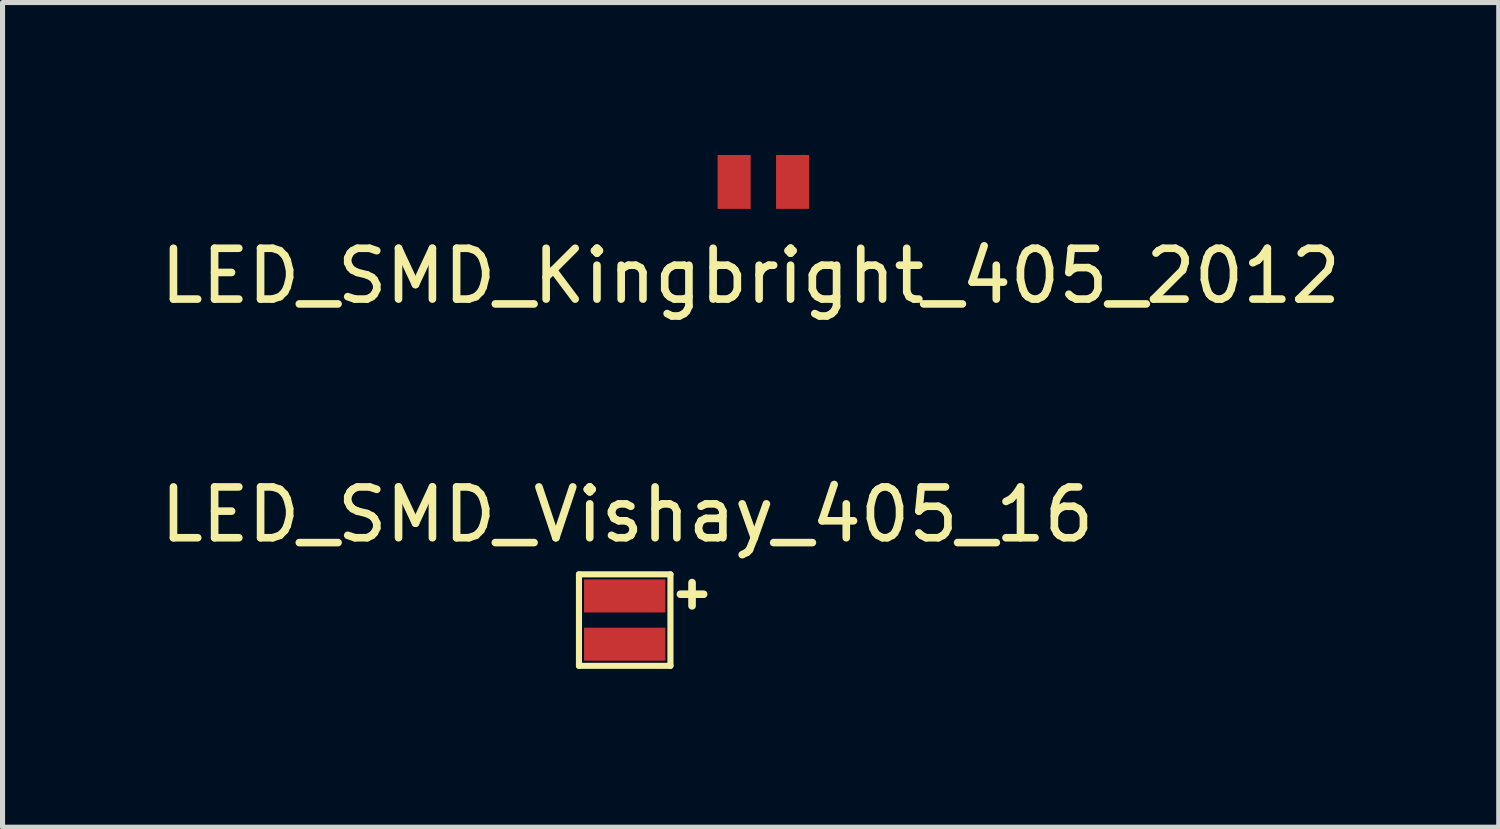
<source format=kicad_pcb>
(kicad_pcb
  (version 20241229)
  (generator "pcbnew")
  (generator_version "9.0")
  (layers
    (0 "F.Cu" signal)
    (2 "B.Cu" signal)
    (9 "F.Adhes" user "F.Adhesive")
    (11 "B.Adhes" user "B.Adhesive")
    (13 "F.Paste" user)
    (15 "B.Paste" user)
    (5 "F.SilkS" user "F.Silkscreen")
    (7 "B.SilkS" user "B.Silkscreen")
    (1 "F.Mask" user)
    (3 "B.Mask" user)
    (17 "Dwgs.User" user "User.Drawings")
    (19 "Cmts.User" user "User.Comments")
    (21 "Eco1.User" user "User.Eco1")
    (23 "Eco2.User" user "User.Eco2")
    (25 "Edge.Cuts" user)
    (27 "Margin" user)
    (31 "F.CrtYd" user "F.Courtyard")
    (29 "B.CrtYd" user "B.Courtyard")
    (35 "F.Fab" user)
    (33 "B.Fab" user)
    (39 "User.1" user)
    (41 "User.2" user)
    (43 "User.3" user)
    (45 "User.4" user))
  (footprint "LED_SMD_Kingbright_405_2012"
    (layer "F.Cu")
    (at 11.72 1.88)
    (property "Reference" "LED_SMD_Kingbright_405_2012" (at 0 0.5 0) (layer "F.SilkS") (effects (font (size 1 1) (thickness 0.15))))
    (attr through_hole)
    (pad "1" smd rect (at -0.325 -1.35) (size 0.65 1.06) (layers "F.Cu" "F.Mask" "F.Paste"))
    (pad "2" smd rect (at 0.825 -1.35) (size 0.65 1.06) (layers "F.Cu" "F.Mask" "F.Paste")))
  (footprint "LED_SMD_Vishay_405_16"
    (layer "F.Cu")
    (at 9.242 9.976)
    (property "Reference" "LED_SMD_Vishay_405_16" (at 0.05 -2.9 0) (layer "F.SilkS") (effects (font (size 1 1) (thickness 0.15))))
    (attr through_hole)
    (fp_line (start -0.9 -1.725) (end -0.9 0.075) (stroke (width 0.12) (type solid)) (layer "F.SilkS"))
    (fp_line (start -0.9 0.075) (end 0.9 0.075) (stroke (width 0.12) (type solid)) (layer "F.SilkS"))
    (fp_line (start 0.9 -1.725) (end -0.9 -1.725) (stroke (width 0.12) (type solid)) (layer "F.SilkS"))
    (fp_line (start 0.9 0.075) (end 0.9 -1.725) (stroke (width 0.12) (type solid)) (layer "F.SilkS"))
    (fp_text user "+" (at 1.325 -1.375 0) (layer "F.SilkS") (effects (font (size 0.6 0.6) (thickness 0.15))))
    (pad "1" smd rect (at 0 -0.35) (size 1.6 0.65) (layers "F.Cu" "F.Mask" "F.Paste"))
    (pad "2" smd rect (at 0 -1.3) (size 1.6 0.65) (layers "F.Cu" "F.Mask" "F.Paste")))
  (gr_rect
    (start -3 -3)
    (end 26.44 13.226)
    (stroke (width 0.1) (type default))
    (fill no)
    (layer "Edge.Cuts")))
</source>
